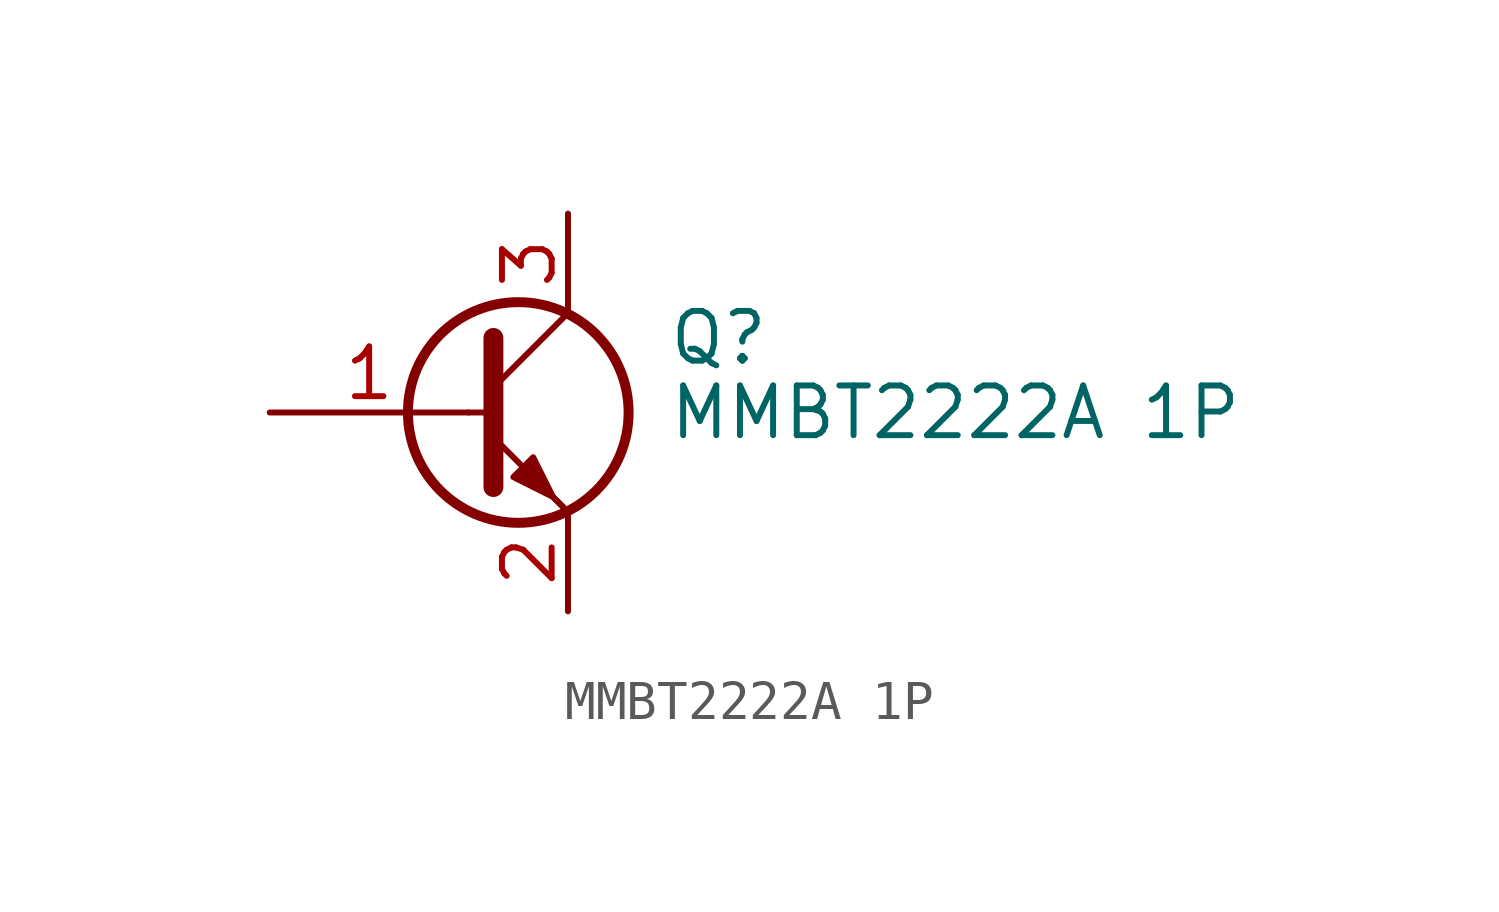
<source format=kicad_sym>
(kicad_symbol_lib
  (version 20211014)
  (generator kicad_symbol_editor)
  (symbol "MMBT2222A 1P"
    (pin_names
      (offset 0) hide)
    (property "Reference" "Q"
      (at 5.08 1.905 0)
      (effects (font (size 1.27 1.27)) (justify left)))
    (property "Value" "MMBT2222A 1P"
      (at 5.08 0 0)
      (effects (font (size 1.27 1.27)) (justify left)))
    (symbol "MMBT2222A 1P_0_1"
      (polyline (pts (xy 0 0) (xy 0.635 0)) (stroke (width 0) (type default) (color 0 0 0 0)) (fill (type none)))
      (polyline (pts (xy 2.54 -2.54) (xy 0.635 -0.635)) (stroke (width 0) (type default) (color 0 0 0 0)) (fill (type none)))
      (polyline (pts (xy 2.54 2.54) (xy 0.635 0.635)) (stroke (width 0) (type default) (color 0 0 0 0)) (fill (type none)))
      (polyline (pts (xy 0.635 1.905) (xy 0.635 -1.905) (xy 0.635 -1.905)) (stroke (width 0.508) (type default) (color 0 0 0 0)) (fill (type none)))
      (polyline (pts (xy 2.413 -2.413) (xy 1.905 -1.905) (xy 1.905 -1.905)) (stroke (width 0) (type default) (color 0 0 0 0)) (fill (type none)))
      (polyline (pts (xy 1.143 -1.651) (xy 1.651 -1.143) (xy 2.159 -2.159) (xy 1.143 -1.651) (xy 1.143 -1.651)) (stroke (width 0) (type default) (color 0 0 0 0)) (fill (type outline)))
      (circle (center 1.27 0) (radius 2.819) (stroke (width 0.254) (type default) (color 0 0 0 0)) (fill (type none))))
    (symbol "MMBT2222A 1P_1_1"
      (pin input line (at -5.08 0 0) (length 5.08) (name "B" (effects (font (size 1.27 1.27)))) (number "1" (effects (font (size 1.27 1.27)))))
      (pin passive line (at 2.54 -5.08 90) (length 2.54) (name "E" (effects (font (size 1.27 1.27)))) (number "2" (effects (font (size 1.27 1.27)))))
      (pin passive line (at 2.54 5.08 270) (length 2.54) (name "C" (effects (font (size 1.27 1.27)))) (number "3" (effects (font (size 1.27 1.27))))))))
</source>
